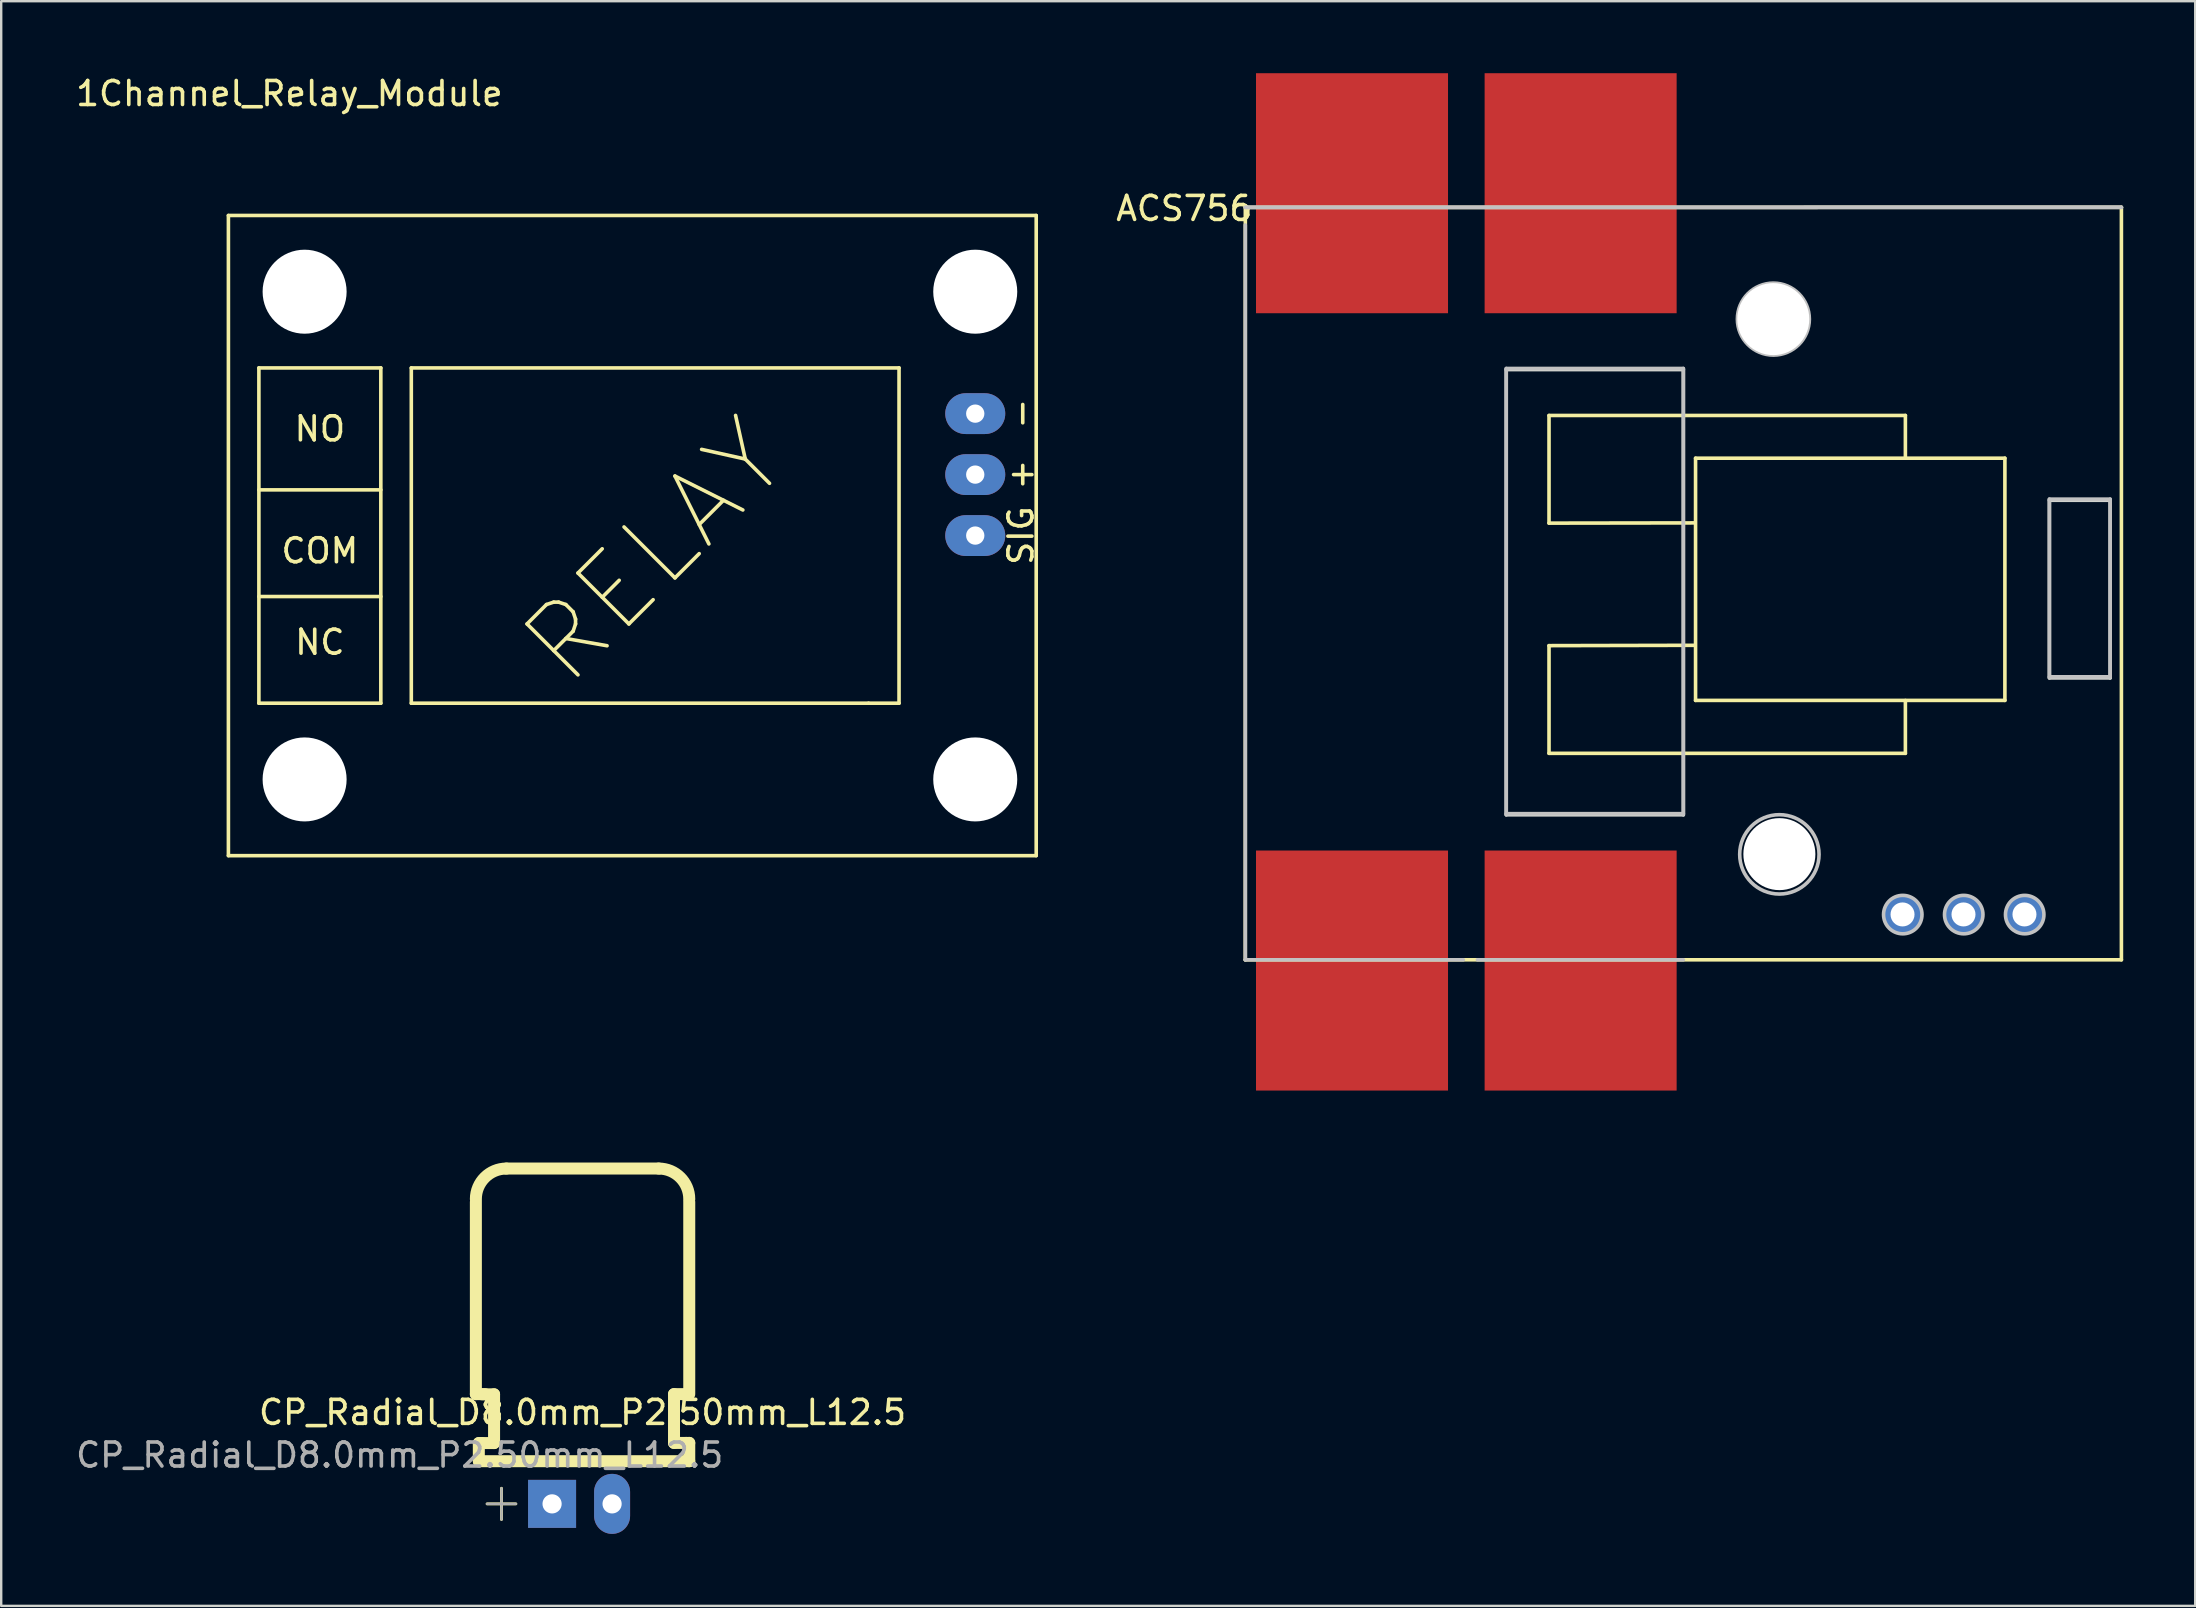
<source format=kicad_pcb>
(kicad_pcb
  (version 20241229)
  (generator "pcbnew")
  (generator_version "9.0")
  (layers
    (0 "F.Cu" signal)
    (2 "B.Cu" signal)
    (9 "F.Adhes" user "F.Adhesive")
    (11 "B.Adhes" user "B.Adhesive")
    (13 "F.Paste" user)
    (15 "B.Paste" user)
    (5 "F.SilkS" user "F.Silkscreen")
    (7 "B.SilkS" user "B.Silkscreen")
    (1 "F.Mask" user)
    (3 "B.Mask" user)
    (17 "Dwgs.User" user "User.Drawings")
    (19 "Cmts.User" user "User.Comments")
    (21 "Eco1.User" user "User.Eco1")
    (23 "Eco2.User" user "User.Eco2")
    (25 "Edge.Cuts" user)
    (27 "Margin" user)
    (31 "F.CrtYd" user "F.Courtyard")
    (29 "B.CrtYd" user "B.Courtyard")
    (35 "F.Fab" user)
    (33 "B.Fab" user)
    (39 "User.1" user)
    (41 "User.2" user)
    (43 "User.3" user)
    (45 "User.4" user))
  (footprint "1Channel_Relay_Module"
    (layer "F.Cu")
    (at 6.466 5.928)
    (property "Reference" "1Channel_Relay_Module" (at 2.54 -5.08 0) (layer "F.SilkS") (effects (font (size 1 1) (thickness 0.15))))
    (attr through_hole)
    (fp_line (start 0 0) (end 33.655 0) (stroke (width 0.15) (type solid)) (layer "F.SilkS"))
    (fp_line (start 0 26.67) (end 0 0) (stroke (width 0.15) (type solid)) (layer "F.SilkS"))
    (fp_line (start 1.27 6.35) (end 6.35 6.35) (stroke (width 0.15) (type solid)) (layer "F.SilkS"))
    (fp_line (start 1.27 11.43) (end 6.35 11.43) (stroke (width 0.15) (type solid)) (layer "F.SilkS"))
    (fp_line (start 1.27 15.875) (end 6.35 15.875) (stroke (width 0.15) (type solid)) (layer "F.SilkS"))
    (fp_line (start 1.27 20.32) (end 1.27 6.35) (stroke (width 0.15) (type solid)) (layer "F.SilkS"))
    (fp_line (start 6.35 6.35) (end 6.35 20.32) (stroke (width 0.15) (type solid)) (layer "F.SilkS"))
    (fp_line (start 6.35 20.32) (end 1.27 20.32) (stroke (width 0.15) (type solid)) (layer "F.SilkS"))
    (fp_line (start 7.62 6.35) (end 7.62 20.32) (stroke (width 0.15) (type solid)) (layer "F.SilkS"))
    (fp_line (start 7.62 20.32) (end 26.67 20.32) (stroke (width 0.15) (type solid)) (layer "F.SilkS"))
    (fp_line (start 26.67 20.32) (end 27.94 20.32) (stroke (width 0.15) (type solid)) (layer "F.SilkS"))
    (fp_line (start 27.94 6.35) (end 7.62 6.35) (stroke (width 0.15) (type solid)) (layer "F.SilkS"))
    (fp_line (start 27.94 20.32) (end 27.94 6.35) (stroke (width 0.15) (type solid)) (layer "F.SilkS"))
    (fp_line (start 33.655 0) (end 33.655 26.67) (stroke (width 0.15) (type solid)) (layer "F.SilkS"))
    (fp_line (start 33.655 26.67) (end 0 26.67) (stroke (width 0.15) (type solid)) (layer "F.SilkS"))
    (fp_text user "-" (at 33.02 8.255 90) (layer "F.SilkS") (effects (font (size 1 1) (thickness 0.15))))
    (fp_text user "NC" (at 3.81 17.78 0) (layer "F.SilkS") (effects (font (size 1 1) (thickness 0.15))))
    (fp_text user "NO" (at 3.81 8.89 0) (layer "F.SilkS") (effects (font (size 1 1) (thickness 0.15))))
    (fp_text user "+" (at 33.02 10.795 90) (layer "F.SilkS") (effects (font (size 1 1) (thickness 0.15))))
    (fp_text user "RELAY" (at 17.78 13.97 45) (layer "F.SilkS") (effects (font (size 3 3) (thickness 0.15))))
    (fp_text user "SIG" (at 33.02 13.335 90) (layer "F.SilkS") (effects (font (size 1 1) (thickness 0.15))))
    (fp_text user "COM" (at 3.81 13.97 0) (layer "F.SilkS") (effects (font (size 1 1) (thickness 0.15))))
    (pad "" np_thru_hole circle (at 3.175 3.175 270) (size 3.5 3.5) (drill 3.5) (layers "*.Cu" "*.Mask"))
    (pad "" np_thru_hole circle (at 3.175 23.495 270) (size 3.5 3.5) (drill 3.5) (layers "*.Cu" "*.Mask"))
    (pad "" np_thru_hole circle (at 31.115 3.175 270) (size 3.5 3.5) (drill 3.5) (layers "*.Cu" "*.Mask"))
    (pad "" np_thru_hole circle (at 31.115 23.495 270) (size 3.5 3.5) (drill 3.5) (layers "*.Cu" "*.Mask"))
    (pad "1" thru_hole oval (at 31.115 8.255 270) (size 1.7 2.5) (drill 0.762) (layers "*.Cu" "*.Mask"))
    (pad "2" thru_hole oval (at 31.115 10.795 270) (size 1.7 2.5) (drill 0.762) (layers "*.Cu" "*.Mask"))
    (pad "3" thru_hole oval (at 31.115 13.335 270) (size 1.7 2.5) (drill 0.762) (layers "*.Cu" "*.Mask")))
  (footprint "ACS756"
    (layer "F.Cu")
    (at 48.833 5.635)
    (property "Reference" "ACS756" (at -2.54 0 0) (layer "F.SilkS") (effects (font (size 1 1) (thickness 0.15))))
    (attr through_hole)
    (fp_line (start 0 31.303) (end 0 -0.047) (stroke (width 0.15) (type solid)) (layer "F.SilkS"))
    (fp_line (start 0 31.303) (end 36.5 31.303) (stroke (width 0.15) (type solid)) (layer "F.SilkS"))
    (fp_line (start 12.653 8.625) (end 12.653 13.11) (stroke (width 0.15) (type solid)) (layer "F.SilkS"))
    (fp_line (start 12.653 13.11) (end 18.7 13.1) (stroke (width 0.15) (type solid)) (layer "F.SilkS"))
    (fp_line (start 12.653 18.214) (end 12.653 22.7) (stroke (width 0.15) (type solid)) (layer "F.SilkS"))
    (fp_line (start 12.653 22.7) (end 27.5 22.7) (stroke (width 0.15) (type solid)) (layer "F.SilkS"))
    (fp_line (start 18.7 18.2) (end 12.653 18.214) (stroke (width 0.15) (type solid)) (layer "F.SilkS"))
    (fp_line (start 18.758 10.405) (end 18.758 20.495) (stroke (width 0.15) (type solid)) (layer "F.SilkS"))
    (fp_line (start 18.758 20.495) (end 31.646 20.495) (stroke (width 0.15) (type solid)) (layer "F.SilkS"))
    (fp_line (start 27.5 8.625) (end 12.653 8.625) (stroke (width 0.15) (type solid)) (layer "F.SilkS"))
    (fp_line (start 27.5 10.4) (end 27.5 8.625) (stroke (width 0.15) (type solid)) (layer "F.SilkS"))
    (fp_line (start 27.5 22.7) (end 27.5 20.5) (stroke (width 0.15) (type solid)) (layer "F.SilkS"))
    (fp_line (start 31.646 10.405) (end 18.758 10.405) (stroke (width 0.15) (type solid)) (layer "F.SilkS"))
    (fp_line (start 31.646 20.495) (end 31.646 10.405) (stroke (width 0.15) (type solid)) (layer "F.SilkS"))
    (fp_line (start 36.5 -0.047) (end 0 -0.043) (stroke (width 0.15) (type solid)) (layer "F.SilkS"))
    (fp_line (start 36.5 31.303) (end 36.5 -0.047) (stroke (width 0.15) (type solid)) (layer "F.SilkS"))
    (fp_line (start 0 -0.047) (end 36.5 -0.047) (stroke (width 0.15) (type solid)) (layer "Dwgs.User"))
    (fp_line (start 0 0.688) (end 0 31.303) (stroke (width 0.15) (type solid)) (layer "Dwgs.User"))
    (fp_line (start 0 31.303) (end 9.083 31.303) (stroke (width 0.15) (type solid)) (layer "Dwgs.User"))
    (fp_line (start 9.669 31.303) (end 18.25 31.303) (stroke (width 0.15) (type solid)) (layer "Dwgs.User"))
    (fp_line (start 10.871 6.667) (end 10.871 25.215) (stroke (width 0.15) (type solid)) (layer "Dwgs.User"))
    (fp_line (start 10.871 25.215) (end 18.25 25.215) (stroke (width 0.15) (type solid)) (layer "Dwgs.User"))
    (fp_line (start 18.25 6.667) (end 10.871 6.667) (stroke (width 0.15) (type solid)) (layer "Dwgs.User"))
    (fp_line (start 18.25 25.215) (end 18.25 6.667) (stroke (width 0.15) (type solid)) (layer "Dwgs.User"))
    (fp_line (start 33.5 12.11) (end 33.5 19.513) (stroke (width 0.15) (type solid)) (layer "Dwgs.User"))
    (fp_line (start 33.5 19.513) (end 36.031 19.513) (stroke (width 0.15) (type solid)) (layer "Dwgs.User"))
    (fp_line (start 36.031 12.11) (end 33.5 12.11) (stroke (width 0.15) (type solid)) (layer "Dwgs.User"))
    (fp_line (start 36.031 19.513) (end 36.031 12.11) (stroke (width 0.15) (type solid)) (layer "Dwgs.User"))
    (fp_line (start 36.5 -0.047) (end 0 -0.043) (stroke (width 0.15) (type solid)) (layer "Dwgs.User"))
    (fp_circle (center 22 4.61) (end 23.5 4.61) (stroke (width 0.15) (type solid)) (fill no) (layer "Dwgs.User"))
    (fp_circle (center 22.25 26.91) (end 23.903 26.91) (stroke (width 0.15) (type solid)) (fill no) (layer "Dwgs.User"))
    (fp_circle (center 27.391 29.419) (end 28.192 29.419) (stroke (width 0.15) (type solid)) (fill no) (layer "Dwgs.User"))
    (fp_circle (center 29.931 29.419) (end 30.732 29.419) (stroke (width 0.15) (type solid)) (fill no) (layer "Dwgs.User"))
    (fp_circle (center 32.471 29.419) (end 33.272 29.419) (stroke (width 0.15) (type solid)) (fill no) (layer "Dwgs.User"))
    (fp_line (start 10.871 6.714) (end 10.871 25.263) (stroke (width 0.15) (type solid)) (layer "Edge.Cuts"))
    (fp_line (start 10.871 25.263) (end 18.25 25.263) (stroke (width 0.15) (type solid)) (layer "Edge.Cuts"))
    (fp_line (start 18.25 6.714) (end 10.871 6.714) (stroke (width 0.15) (type solid)) (layer "Edge.Cuts"))
    (fp_line (start 18.25 25.263) (end 18.25 6.714) (stroke (width 0.15) (type solid)) (layer "Edge.Cuts"))
    (fp_line (start 33.5 12.158) (end 33.5 19.56) (stroke (width 0.15) (type solid)) (layer "Edge.Cuts"))
    (fp_line (start 33.5 19.56) (end 36.031 19.56) (stroke (width 0.15) (type solid)) (layer "Edge.Cuts"))
    (fp_line (start 36.031 12.158) (end 33.5 12.158) (stroke (width 0.15) (type solid)) (layer "Edge.Cuts"))
    (fp_line (start 36.031 19.56) (end 36.031 12.158) (stroke (width 0.15) (type solid)) (layer "Edge.Cuts"))
    (pad "" np_thru_hole circle (at 21.996 4.61) (size 3 3) (drill 3) (layers "*.Cu" "*.Mask"))
    (pad "" np_thru_hole circle (at 22.25 26.9) (size 3 3) (drill 3) (layers "*.Cu" "*.Mask"))
    (pad "1" thru_hole oval (at 32.461 29.413) (size 1.6 1.6) (drill 1) (layers "*.Cu" "*.Mask"))
    (pad "2" thru_hole oval (at 29.921 29.413) (size 1.6 1.6) (drill 1) (layers "*.Cu" "*.Mask"))
    (pad "3" thru_hole oval (at 27.381 29.413) (size 1.6 1.6) (drill 1) (layers "*.Cu" "*.Mask"))
    (pad "4" smd rect (at 13.97 -0.635) (size 8 10) (layers "F.Cu" "F.Mask" "F.Paste"))
    (pad "5" smd rect (at 4.445 -0.635) (size 8 10) (layers "F.Cu" "F.Mask" "F.Paste"))
    (pad "6" smd rect (at 13.97 31.75) (size 8 10) (layers "F.Cu" "F.Mask" "F.Paste"))
    (pad "7" smd rect (at 4.445 31.75) (size 8 10) (layers "F.Cu" "F.Mask" "F.Paste")))
  (footprint "CP_Radial_D8.0mm_P2.50mm_L12.5"
    (layer "F.Cu")
    (at 19.951 59.605)
    (property "Reference" "CP_Radial_D8.0mm_P2.50mm_L12.5" (at 1.27 -3.81 0) (layer "F.SilkS") (effects (font (size 1 1) (thickness 0.15))))
    (attr through_hole)
    (fp_line (start -3.175 -12.573) (end -3.175 -4.572) (stroke (width 0.5) (type solid)) (layer "F.SilkS"))
    (fp_line (start -3.175 -4.572) (end -2.794 -4.572) (stroke (width 0.5) (type solid)) (layer "F.SilkS"))
    (fp_line (start -3.052 -2.533) (end -3.052 -1.771) (stroke (width 0.5) (type solid)) (layer "F.SilkS"))
    (fp_line (start -3.048 -1.778) (end 5.715 -1.778) (stroke (width 0.5) (type solid)) (layer "F.SilkS"))
    (fp_line (start -2.925 -4.565) (end -2.417 -4.565) (stroke (width 0.5) (type solid)) (layer "F.SilkS"))
    (fp_line (start -2.925 -2.533) (end -3.052 -2.533) (stroke (width 0.5) (type solid)) (layer "F.SilkS"))
    (fp_line (start -2.708 0) (end -1.508 0) (stroke (width 0.12) (type solid)) (layer "F.SilkS"))
    (fp_line (start -2.417 -4.565) (end -2.417 -2.533) (stroke (width 0.5) (type solid)) (layer "F.SilkS"))
    (fp_line (start -2.417 -2.533) (end -2.925 -2.533) (stroke (width 0.5) (type solid)) (layer "F.SilkS"))
    (fp_line (start -2.108 -0.65) (end -2.108 0.65) (stroke (width 0.12) (type solid)) (layer "F.SilkS"))
    (fp_line (start -1.905 -13.97) (end 4.445 -13.97) (stroke (width 0.5) (type solid)) (layer "F.SilkS"))
    (fp_line (start 5.08 -4.572) (end 5.08 -2.54) (stroke (width 0.5) (type solid)) (layer "F.SilkS"))
    (fp_line (start 5.08 -2.54) (end 5.588 -2.54) (stroke (width 0.5) (type solid)) (layer "F.SilkS"))
    (fp_line (start 5.588 -4.572) (end 5.08 -4.572) (stroke (width 0.5) (type solid)) (layer "F.SilkS"))
    (fp_line (start 5.588 -2.54) (end 5.715 -2.54) (stroke (width 0.5) (type solid)) (layer "F.SilkS"))
    (fp_line (start 5.715 -4.572) (end 5.715 -12.573) (stroke (width 0.5) (type solid)) (layer "F.SilkS"))
    (fp_line (start 5.715 -2.54) (end 5.715 -1.778) (stroke (width 0.5) (type solid)) (layer "F.SilkS"))
    (fp_arc (start -3.175 -12.7) (mid -2.803026 -13.598026) (end -1.905 -13.97) (stroke (width 0.5) (type solid)) (layer "F.SilkS"))
    (fp_arc (start 4.445 -13.97) (mid 5.343026 -13.598026) (end 5.715 -12.7) (stroke (width 0.5) (type solid)) (layer "F.SilkS"))
    (fp_line (start -2.708 0) (end -1.508 0) (stroke (width 0.1) (type solid)) (layer "F.Fab"))
    (fp_line (start -2.108 -0.65) (end -2.108 0.65) (stroke (width 0.1) (type solid)) (layer "F.Fab"))
    (fp_text user "${REFERENCE}" (at -6.35 -2.032 0) (layer "F.Fab") (effects (font (size 1 1) (thickness 0.15))))
    (pad "1" thru_hole rect (at 0 0) (size 2 2) (drill 0.8) (layers "*.Cu" "*.Mask"))
    (pad "2" thru_hole oval (at 2.5 0) (size 1.5 2.5) (drill 0.8) (layers "*.Cu" "*.Mask")))
  (gr_rect
    (start -3 -3)
    (end 88.408 63.855)
    (stroke (width 0.1) (type default))
    (fill no)
    (layer "Edge.Cuts")))
</source>
